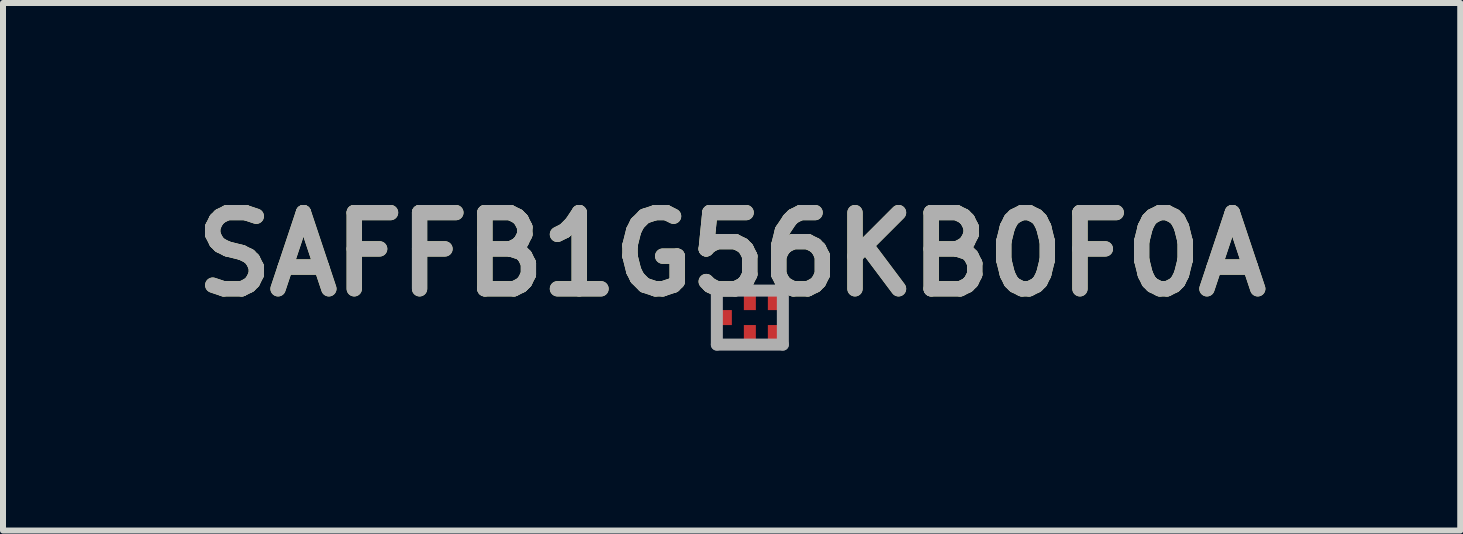
<source format=kicad_pcb>
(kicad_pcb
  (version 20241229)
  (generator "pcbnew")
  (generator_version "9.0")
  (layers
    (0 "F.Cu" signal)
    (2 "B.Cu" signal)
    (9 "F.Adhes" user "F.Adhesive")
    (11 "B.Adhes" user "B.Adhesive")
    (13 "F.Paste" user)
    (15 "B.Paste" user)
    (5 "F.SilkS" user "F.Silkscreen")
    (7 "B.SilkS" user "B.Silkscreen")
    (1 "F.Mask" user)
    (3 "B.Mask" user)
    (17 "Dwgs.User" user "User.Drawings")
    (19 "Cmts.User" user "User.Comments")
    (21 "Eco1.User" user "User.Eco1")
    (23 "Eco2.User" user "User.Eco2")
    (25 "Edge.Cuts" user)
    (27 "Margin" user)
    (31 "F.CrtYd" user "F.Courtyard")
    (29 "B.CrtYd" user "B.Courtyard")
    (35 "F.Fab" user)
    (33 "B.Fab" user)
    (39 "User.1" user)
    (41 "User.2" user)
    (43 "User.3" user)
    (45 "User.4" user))
  (footprint "SAFFB1G56KB0F0A"
    (layer "F.Cu")
    (at 9.448 2.243)
    (property "Reference" "SAFFB1G56KB0F0A" (at -0.304 -1.054 0) (layer "F.SilkS") (effects (font (size 1.27 1.27) (thickness 0.254))))
    (attr smd)
    (fp_line (start -0.55 -0.45) (end 0.55 -0.45) (stroke (width 0.2) (type solid)) (layer "F.Fab"))
    (fp_line (start -0.55 0.45) (end -0.55 -0.45) (stroke (width 0.2) (type solid)) (layer "F.Fab"))
    (fp_line (start 0.55 -0.45) (end 0.55 0.45) (stroke (width 0.2) (type solid)) (layer "F.Fab"))
    (fp_line (start 0.55 0.45) (end -0.55 0.45) (stroke (width 0.2) (type solid)) (layer "F.Fab"))
    (fp_text user "${REFERENCE}" (at -0.304 -1.054 0) (layer "F.Fab") (effects (font (size 1.27 1.27) (thickness 0.254))))
    (pad "1" smd rect (at -0.425 0 90) (size 0.25 0.25) (layers "F.Cu" "F.Mask" "F.Paste"))
    (pad "2" smd rect (at 0 0.287) (size 0.2 0.325) (layers "F.Cu" "F.Mask" "F.Paste"))
    (pad "3" smd rect (at 0.425 0.287) (size 0.25 0.325) (layers "F.Cu" "F.Mask" "F.Paste"))
    (pad "4" smd rect (at 0.425 -0.287) (size 0.25 0.325) (layers "F.Cu" "F.Mask" "F.Paste"))
    (pad "5" smd rect (at 0 -0.287) (size 0.2 0.325) (layers "F.Cu" "F.Mask" "F.Paste")))
  (gr_rect
    (start -3 -3)
    (end 21.288 5.793)
    (stroke (width 0.1) (type default))
    (fill no)
    (layer "Edge.Cuts")))
</source>
